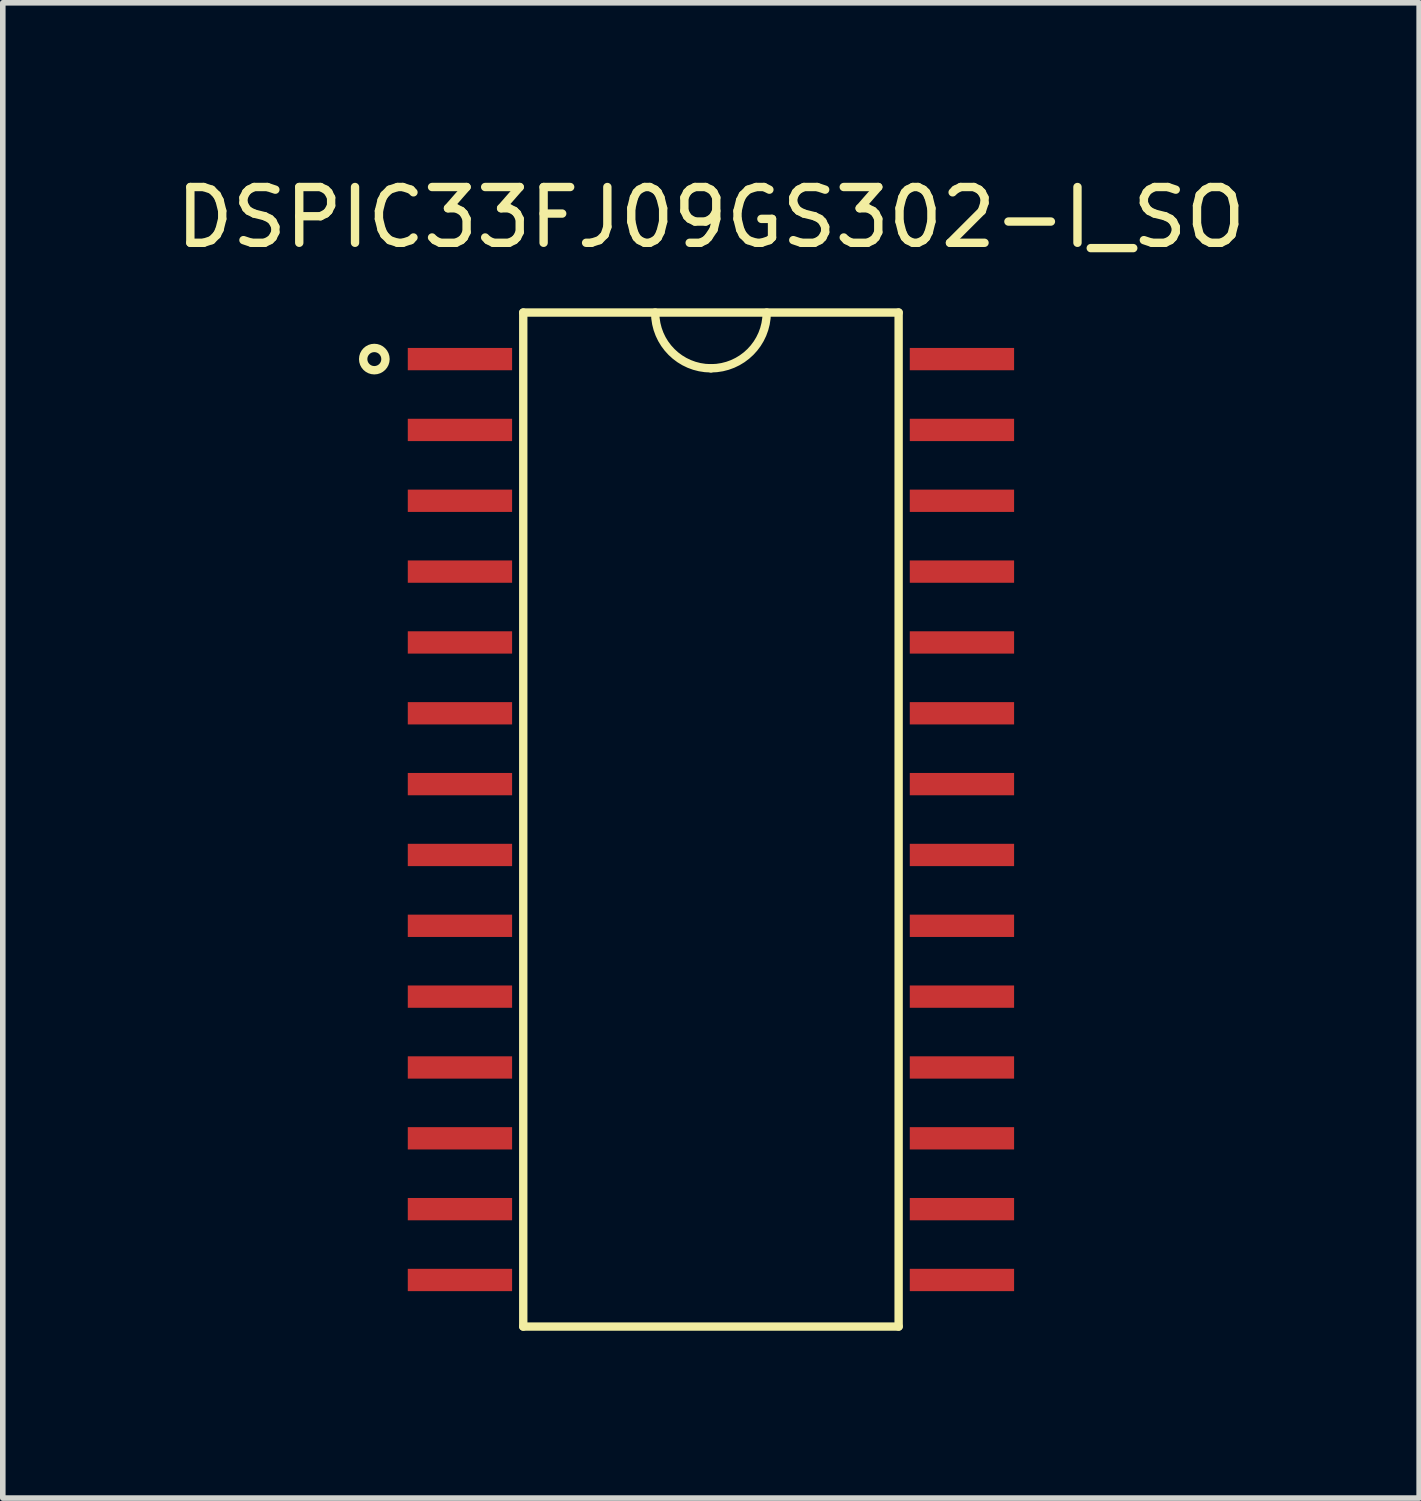
<source format=kicad_pcb>
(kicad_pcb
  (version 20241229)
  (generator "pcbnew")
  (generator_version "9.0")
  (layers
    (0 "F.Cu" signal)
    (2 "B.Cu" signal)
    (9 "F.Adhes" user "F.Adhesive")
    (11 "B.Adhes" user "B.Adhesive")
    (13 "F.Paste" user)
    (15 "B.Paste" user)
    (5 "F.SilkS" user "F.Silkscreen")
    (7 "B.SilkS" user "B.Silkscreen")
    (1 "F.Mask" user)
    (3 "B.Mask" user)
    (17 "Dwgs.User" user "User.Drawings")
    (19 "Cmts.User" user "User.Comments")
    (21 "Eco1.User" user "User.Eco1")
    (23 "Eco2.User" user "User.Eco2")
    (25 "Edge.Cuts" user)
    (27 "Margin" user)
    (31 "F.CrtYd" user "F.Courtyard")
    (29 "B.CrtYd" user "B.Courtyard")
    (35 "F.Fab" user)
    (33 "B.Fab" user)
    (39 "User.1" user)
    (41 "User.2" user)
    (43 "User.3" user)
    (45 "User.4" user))
  (footprint "DSPIC33FJ09GS302-I_SO"
    (layer "F.Cu")
    (at 5.196 3.388)
    (property "Reference" "DSPIC33FJ09GS302-I_SO" (at 4.5 -2.54 0) (layer "F.SilkS") (effects (font (size 1 1) (thickness 0.15))))
    (attr through_hole)
    (fp_line (start 1.135 -0.835) (end 7.865 -0.835) (stroke (width 0.15) (type solid)) (layer "F.SilkS"))
    (fp_line (start 1.135 17.345) (end 1.135 -0.835) (stroke (width 0.15) (type solid)) (layer "F.SilkS"))
    (fp_line (start 7.865 -0.835) (end 7.865 17.345) (stroke (width 0.15) (type solid)) (layer "F.SilkS"))
    (fp_line (start 7.865 17.345) (end 1.135 17.345) (stroke (width 0.15) (type solid)) (layer "F.SilkS"))
    (fp_arc (start 4.5 0.165) (mid 3.792893 -0.127893) (end 3.5 -0.835) (stroke (width 0.15) (type solid)) (layer "F.SilkS"))
    (fp_arc (start 5.5 -0.835) (mid 5.207107 -0.127893) (end 4.5 0.165) (stroke (width 0.15) (type solid)) (layer "F.SilkS"))
    (fp_circle (center -1.535 0) (end -1.535 0.2) (stroke (width 0.15) (type solid)) (fill no) (layer "F.SilkS"))
    (pad "1" smd rect (at 0 0) (size 1.87 0.4) (layers "F.Cu" "F.Mask" "F.Paste"))
    (pad "2" smd rect (at 0 1.27) (size 1.87 0.4) (layers "F.Cu" "F.Mask" "F.Paste"))
    (pad "3" smd rect (at 0 2.54) (size 1.87 0.4) (layers "F.Cu" "F.Mask" "F.Paste"))
    (pad "4" smd rect (at 0 3.81) (size 1.87 0.4) (layers "F.Cu" "F.Mask" "F.Paste"))
    (pad "5" smd rect (at 0 5.08) (size 1.87 0.4) (layers "F.Cu" "F.Mask" "F.Paste"))
    (pad "6" smd rect (at 0 6.35) (size 1.87 0.4) (layers "F.Cu" "F.Mask" "F.Paste"))
    (pad "7" smd rect (at 0 7.62) (size 1.87 0.4) (layers "F.Cu" "F.Mask" "F.Paste"))
    (pad "8" smd rect (at 0 8.89) (size 1.87 0.4) (layers "F.Cu" "F.Mask" "F.Paste"))
    (pad "9" smd rect (at 0 10.16) (size 1.87 0.4) (layers "F.Cu" "F.Mask" "F.Paste"))
    (pad "10" smd rect (at 0 11.43) (size 1.87 0.4) (layers "F.Cu" "F.Mask" "F.Paste"))
    (pad "11" smd rect (at 0 12.7) (size 1.87 0.4) (layers "F.Cu" "F.Mask" "F.Paste"))
    (pad "12" smd rect (at 0 13.97) (size 1.87 0.4) (layers "F.Cu" "F.Mask" "F.Paste"))
    (pad "13" smd rect (at 0 15.24) (size 1.87 0.4) (layers "F.Cu" "F.Mask" "F.Paste"))
    (pad "14" smd rect (at 0 16.51) (size 1.87 0.4) (layers "F.Cu" "F.Mask" "F.Paste"))
    (pad "15" smd rect (at 9 16.51) (size 1.87 0.4) (layers "F.Cu" "F.Mask" "F.Paste"))
    (pad "16" smd rect (at 9 15.24) (size 1.87 0.4) (layers "F.Cu" "F.Mask" "F.Paste"))
    (pad "17" smd rect (at 9 13.97) (size 1.87 0.4) (layers "F.Cu" "F.Mask" "F.Paste"))
    (pad "18" smd rect (at 9 12.7) (size 1.87 0.4) (layers "F.Cu" "F.Mask" "F.Paste"))
    (pad "19" smd rect (at 9 11.43) (size 1.87 0.4) (layers "F.Cu" "F.Mask" "F.Paste"))
    (pad "20" smd rect (at 9 10.16) (size 1.87 0.4) (layers "F.Cu" "F.Mask" "F.Paste"))
    (pad "21" smd rect (at 9 8.89) (size 1.87 0.4) (layers "F.Cu" "F.Mask" "F.Paste"))
    (pad "22" smd rect (at 9 7.62) (size 1.87 0.4) (layers "F.Cu" "F.Mask" "F.Paste"))
    (pad "23" smd rect (at 9 6.35) (size 1.87 0.4) (layers "F.Cu" "F.Mask" "F.Paste"))
    (pad "24" smd rect (at 9 5.08) (size 1.87 0.4) (layers "F.Cu" "F.Mask" "F.Paste"))
    (pad "25" smd rect (at 9 3.81) (size 1.87 0.4) (layers "F.Cu" "F.Mask" "F.Paste"))
    (pad "26" smd rect (at 9 2.54) (size 1.87 0.4) (layers "F.Cu" "F.Mask" "F.Paste"))
    (pad "27" smd rect (at 9 1.27) (size 1.87 0.4) (layers "F.Cu" "F.Mask" "F.Paste"))
    (pad "28" smd rect (at 9 0) (size 1.87 0.4) (layers "F.Cu" "F.Mask" "F.Paste")))
  (gr_rect
    (start -3 -3)
    (end 22.393 23.808)
    (stroke (width 0.1) (type default))
    (fill no)
    (layer "Edge.Cuts")))
</source>
